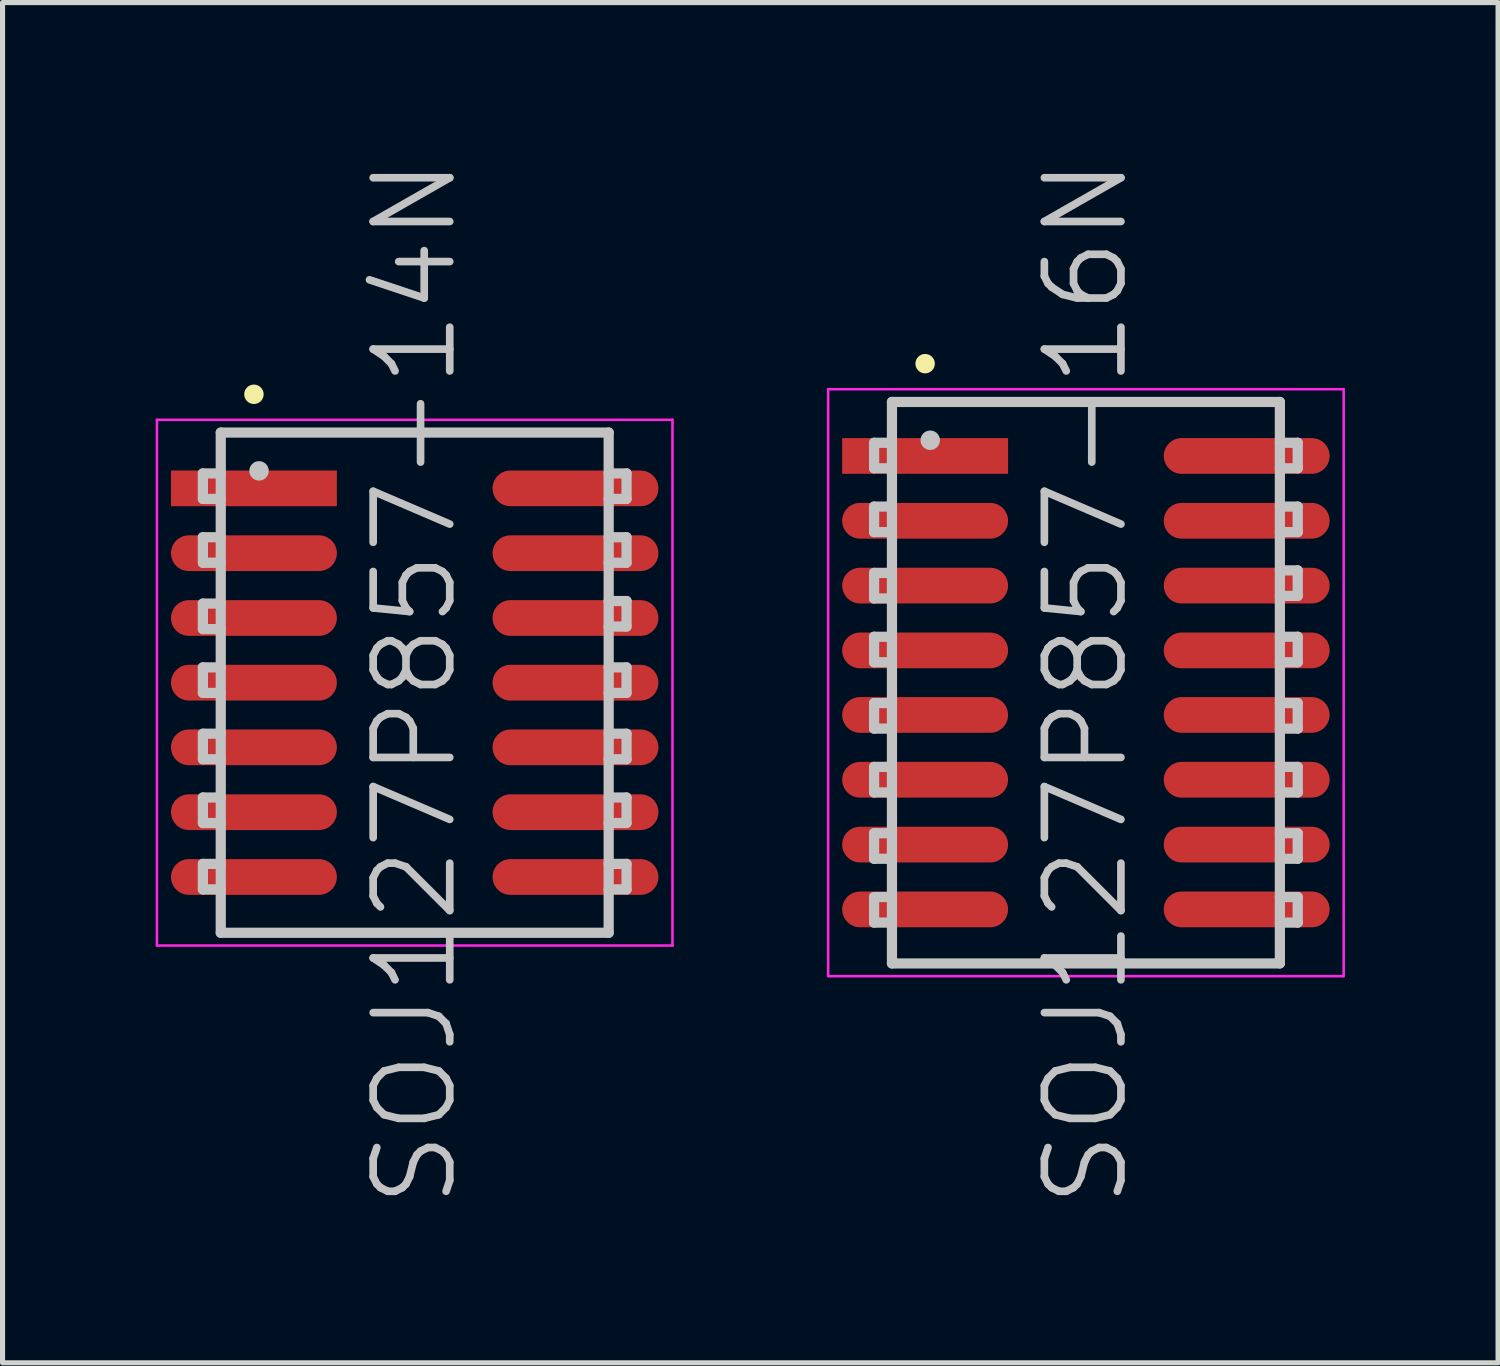
<source format=kicad_pcb>
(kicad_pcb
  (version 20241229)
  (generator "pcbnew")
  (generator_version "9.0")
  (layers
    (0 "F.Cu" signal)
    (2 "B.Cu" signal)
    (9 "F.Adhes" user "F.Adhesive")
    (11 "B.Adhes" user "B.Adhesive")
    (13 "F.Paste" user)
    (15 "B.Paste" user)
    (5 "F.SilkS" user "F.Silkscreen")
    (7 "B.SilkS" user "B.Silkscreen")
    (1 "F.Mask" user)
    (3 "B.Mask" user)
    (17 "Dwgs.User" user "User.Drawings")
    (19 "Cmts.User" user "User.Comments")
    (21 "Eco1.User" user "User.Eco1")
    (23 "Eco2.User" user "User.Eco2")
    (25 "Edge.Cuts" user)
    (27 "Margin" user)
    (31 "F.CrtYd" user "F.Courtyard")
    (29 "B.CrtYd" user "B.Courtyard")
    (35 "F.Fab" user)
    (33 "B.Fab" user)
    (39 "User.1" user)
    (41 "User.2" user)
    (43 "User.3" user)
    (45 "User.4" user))
  (footprint "SOJ127P857-16N"
    (layer "F.Cu")
    (at 18.225 10.325)
    (property "Reference" "SOJ127P857-16N" (at 0 0 90) (layer "Dwgs.User") (effects (font (size 1.5 1.5) (thickness 0.15))))
    (attr smd)
    (fp_line (start -3.15 -6.25) (end -3.15 -6.25) (stroke (width 0.381) (type solid)) (layer "F.SilkS"))
    (fp_line (start -4.15 -4.7) (end -4.15 -4.2) (stroke (width 0.2) (type solid)) (layer "Dwgs.User"))
    (fp_line (start -4.15 -4.2) (end -3.8 -4.2) (stroke (width 0.2) (type solid)) (layer "Dwgs.User"))
    (fp_line (start -4.15 -3.45) (end -4.15 -2.95) (stroke (width 0.2) (type solid)) (layer "Dwgs.User"))
    (fp_line (start -4.15 -2.95) (end -3.8 -2.95) (stroke (width 0.2) (type solid)) (layer "Dwgs.User"))
    (fp_line (start -4.15 -2.15) (end -4.15 -1.65) (stroke (width 0.2) (type solid)) (layer "Dwgs.User"))
    (fp_line (start -4.15 -1.65) (end -3.8 -1.65) (stroke (width 0.2) (type solid)) (layer "Dwgs.User"))
    (fp_line (start -4.15 -0.9) (end -4.15 -0.4) (stroke (width 0.2) (type solid)) (layer "Dwgs.User"))
    (fp_line (start -4.15 -0.4) (end -3.8 -0.4) (stroke (width 0.2) (type solid)) (layer "Dwgs.User"))
    (fp_line (start -4.15 0.4) (end -4.15 0.9) (stroke (width 0.2) (type solid)) (layer "Dwgs.User"))
    (fp_line (start -4.15 0.9) (end -3.8 0.9) (stroke (width 0.2) (type solid)) (layer "Dwgs.User"))
    (fp_line (start -4.15 1.65) (end -4.15 2.15) (stroke (width 0.2) (type solid)) (layer "Dwgs.User"))
    (fp_line (start -4.15 2.15) (end -3.8 2.15) (stroke (width 0.2) (type solid)) (layer "Dwgs.User"))
    (fp_line (start -4.15 2.95) (end -4.15 3.45) (stroke (width 0.2) (type solid)) (layer "Dwgs.User"))
    (fp_line (start -4.15 3.45) (end -3.8 3.45) (stroke (width 0.2) (type solid)) (layer "Dwgs.User"))
    (fp_line (start -4.15 4.2) (end -4.15 4.7) (stroke (width 0.2) (type solid)) (layer "Dwgs.User"))
    (fp_line (start -4.15 4.7) (end -3.8 4.7) (stroke (width 0.2) (type solid)) (layer "Dwgs.User"))
    (fp_line (start -3.8 -5.5) (end -3.8 5.5) (stroke (width 0.2) (type solid)) (layer "Dwgs.User"))
    (fp_line (start -3.8 -5.5) (end 3.8 -5.5) (stroke (width 0.2) (type solid)) (layer "Dwgs.User"))
    (fp_line (start -3.8 -4.7) (end -4.15 -4.7) (stroke (width 0.2) (type solid)) (layer "Dwgs.User"))
    (fp_line (start -3.8 -3.45) (end -4.15 -3.45) (stroke (width 0.2) (type solid)) (layer "Dwgs.User"))
    (fp_line (start -3.8 -2.15) (end -4.15 -2.15) (stroke (width 0.2) (type solid)) (layer "Dwgs.User"))
    (fp_line (start -3.8 -0.9) (end -4.15 -0.9) (stroke (width 0.2) (type solid)) (layer "Dwgs.User"))
    (fp_line (start -3.8 0.4) (end -4.15 0.4) (stroke (width 0.2) (type solid)) (layer "Dwgs.User"))
    (fp_line (start -3.8 1.65) (end -4.15 1.65) (stroke (width 0.2) (type solid)) (layer "Dwgs.User"))
    (fp_line (start -3.8 2.95) (end -4.15 2.95) (stroke (width 0.2) (type solid)) (layer "Dwgs.User"))
    (fp_line (start -3.8 4.2) (end -4.15 4.2) (stroke (width 0.2) (type solid)) (layer "Dwgs.User"))
    (fp_line (start -3.8 5.5) (end 3.8 5.5) (stroke (width 0.2) (type solid)) (layer "Dwgs.User"))
    (fp_line (start -3.05 -4.75) (end -3.05 -4.75) (stroke (width 0.381) (type solid)) (layer "Dwgs.User"))
    (fp_line (start 3.8 -5.5) (end 3.8 5.5) (stroke (width 0.2) (type solid)) (layer "Dwgs.User"))
    (fp_line (start 3.8 -4.7) (end 4.15 -4.7) (stroke (width 0.2) (type solid)) (layer "Dwgs.User"))
    (fp_line (start 3.8 -3.45) (end 4.15 -3.45) (stroke (width 0.2) (type solid)) (layer "Dwgs.User"))
    (fp_line (start 3.8 -2.2) (end 4.15 -2.2) (stroke (width 0.2) (type solid)) (layer "Dwgs.User"))
    (fp_line (start 3.8 -0.9) (end 4.15 -0.9) (stroke (width 0.2) (type solid)) (layer "Dwgs.User"))
    (fp_line (start 3.8 0.4) (end 4.15 0.4) (stroke (width 0.2) (type solid)) (layer "Dwgs.User"))
    (fp_line (start 3.8 1.65) (end 4.15 1.65) (stroke (width 0.2) (type solid)) (layer "Dwgs.User"))
    (fp_line (start 3.8 2.95) (end 4.15 2.95) (stroke (width 0.2) (type solid)) (layer "Dwgs.User"))
    (fp_line (start 3.8 4.2) (end 4.15 4.2) (stroke (width 0.2) (type solid)) (layer "Dwgs.User"))
    (fp_line (start 4.15 -4.7) (end 4.15 -4.2) (stroke (width 0.2) (type solid)) (layer "Dwgs.User"))
    (fp_line (start 4.15 -4.2) (end 3.8 -4.2) (stroke (width 0.2) (type solid)) (layer "Dwgs.User"))
    (fp_line (start 4.15 -3.45) (end 4.15 -2.95) (stroke (width 0.2) (type solid)) (layer "Dwgs.User"))
    (fp_line (start 4.15 -2.95) (end 3.8 -2.95) (stroke (width 0.2) (type solid)) (layer "Dwgs.User"))
    (fp_line (start 4.15 -2.2) (end 4.15 -1.7) (stroke (width 0.2) (type solid)) (layer "Dwgs.User"))
    (fp_line (start 4.15 -1.7) (end 3.8 -1.7) (stroke (width 0.2) (type solid)) (layer "Dwgs.User"))
    (fp_line (start 4.15 -0.9) (end 4.15 -0.4) (stroke (width 0.2) (type solid)) (layer "Dwgs.User"))
    (fp_line (start 4.15 -0.4) (end 3.8 -0.4) (stroke (width 0.2) (type solid)) (layer "Dwgs.User"))
    (fp_line (start 4.15 0.4) (end 4.15 0.9) (stroke (width 0.2) (type solid)) (layer "Dwgs.User"))
    (fp_line (start 4.15 0.9) (end 3.8 0.9) (stroke (width 0.2) (type solid)) (layer "Dwgs.User"))
    (fp_line (start 4.15 1.65) (end 4.15 2.15) (stroke (width 0.2) (type solid)) (layer "Dwgs.User"))
    (fp_line (start 4.15 2.15) (end 3.8 2.15) (stroke (width 0.2) (type solid)) (layer "Dwgs.User"))
    (fp_line (start 4.15 2.95) (end 4.15 3.45) (stroke (width 0.2) (type solid)) (layer "Dwgs.User"))
    (fp_line (start 4.15 3.45) (end 3.8 3.45) (stroke (width 0.2) (type solid)) (layer "Dwgs.User"))
    (fp_line (start 4.15 4.2) (end 4.15 4.7) (stroke (width 0.2) (type solid)) (layer "Dwgs.User"))
    (fp_line (start 4.15 4.7) (end 3.8 4.7) (stroke (width 0.2) (type solid)) (layer "Dwgs.User"))
    (fp_line (start -5.05 -5.75) (end -5.05 5.75) (stroke (width 0.05) (type solid)) (layer "F.CrtYd"))
    (fp_line (start -5.05 -5.75) (end 5.05 -5.75) (stroke (width 0.05) (type solid)) (layer "F.CrtYd"))
    (fp_line (start -5.05 5.75) (end 5.05 5.75) (stroke (width 0.05) (type solid)) (layer "F.CrtYd"))
    (fp_line (start 5.05 -5.75) (end 5.05 5.75) (stroke (width 0.05) (type solid)) (layer "F.CrtYd"))
    (pad "1" smd rect (at -3.15 -4.442 90) (size 0.7 3.25) (layers "F.Cu" "F.Mask" "F.Paste"))
    (pad "2" smd oval (at -3.15 -3.172 90) (size 0.7 3.25) (layers "F.Cu" "F.Mask" "F.Paste"))
    (pad "3" smd oval (at -3.15 -1.902 90) (size 0.7 3.25) (layers "F.Cu" "F.Mask" "F.Paste"))
    (pad "4" smd oval (at -3.15 -0.632 90) (size 0.7 3.25) (layers "F.Cu" "F.Mask" "F.Paste"))
    (pad "5" smd oval (at -3.15 0.632 90) (size 0.7 3.25) (layers "F.Cu" "F.Mask" "F.Paste"))
    (pad "6" smd oval (at -3.15 1.902 90) (size 0.7 3.25) (layers "F.Cu" "F.Mask" "F.Paste"))
    (pad "7" smd oval (at -3.15 3.172 90) (size 0.7 3.25) (layers "F.Cu" "F.Mask" "F.Paste"))
    (pad "8" smd oval (at -3.15 4.442 90) (size 0.7 3.25) (layers "F.Cu" "F.Mask" "F.Paste"))
    (pad "9" smd oval (at 3.15 4.442 270) (size 0.7 3.25) (layers "F.Cu" "F.Mask" "F.Paste"))
    (pad "10" smd oval (at 3.15 3.172 270) (size 0.7 3.25) (layers "F.Cu" "F.Mask" "F.Paste"))
    (pad "11" smd oval (at 3.15 1.902 270) (size 0.7 3.25) (layers "F.Cu" "F.Mask" "F.Paste"))
    (pad "12" smd oval (at 3.15 0.632 270) (size 0.7 3.25) (layers "F.Cu" "F.Mask" "F.Paste"))
    (pad "13" smd oval (at 3.15 -0.632 270) (size 0.7 3.25) (layers "F.Cu" "F.Mask" "F.Paste"))
    (pad "14" smd oval (at 3.15 -1.902 270) (size 0.7 3.25) (layers "F.Cu" "F.Mask" "F.Paste"))
    (pad "15" smd oval (at 3.15 -3.172 270) (size 0.7 3.25) (layers "F.Cu" "F.Mask" "F.Paste"))
    (pad "16" smd oval (at 3.15 -4.442 270) (size 0.7 3.25) (layers "F.Cu" "F.Mask" "F.Paste")))
  (footprint "SOJ127P857-14N"
    (layer "F.Cu")
    (at 5.075 10.325)
    (property "Reference" "SOJ127P857-14N" (at 0 0 90) (layer "Dwgs.User") (effects (font (size 1.5 1.5) (thickness 0.15))))
    (attr smd)
    (fp_line (start -3.15 -5.65) (end -3.15 -5.65) (stroke (width 0.381) (type solid)) (layer "F.SilkS"))
    (fp_line (start -4.15 -4.1) (end -4.15 -3.6) (stroke (width 0.2) (type solid)) (layer "Dwgs.User"))
    (fp_line (start -4.15 -3.6) (end -3.8 -3.6) (stroke (width 0.2) (type solid)) (layer "Dwgs.User"))
    (fp_line (start -4.15 -2.85) (end -4.15 -2.35) (stroke (width 0.2) (type solid)) (layer "Dwgs.User"))
    (fp_line (start -4.15 -2.35) (end -3.8 -2.35) (stroke (width 0.2) (type solid)) (layer "Dwgs.User"))
    (fp_line (start -4.15 -1.55) (end -4.15 -1.05) (stroke (width 0.2) (type solid)) (layer "Dwgs.User"))
    (fp_line (start -4.15 -1.05) (end -3.8 -1.05) (stroke (width 0.2) (type solid)) (layer "Dwgs.User"))
    (fp_line (start -4.15 -0.3) (end -4.15 0.2) (stroke (width 0.2) (type solid)) (layer "Dwgs.User"))
    (fp_line (start -4.15 0.2) (end -3.8 0.2) (stroke (width 0.2) (type solid)) (layer "Dwgs.User"))
    (fp_line (start -4.15 1) (end -4.15 1.5) (stroke (width 0.2) (type solid)) (layer "Dwgs.User"))
    (fp_line (start -4.15 1.5) (end -3.8 1.5) (stroke (width 0.2) (type solid)) (layer "Dwgs.User"))
    (fp_line (start -4.15 2.25) (end -4.15 2.75) (stroke (width 0.2) (type solid)) (layer "Dwgs.User"))
    (fp_line (start -4.15 2.75) (end -3.8 2.75) (stroke (width 0.2) (type solid)) (layer "Dwgs.User"))
    (fp_line (start -4.15 3.55) (end -4.15 4.05) (stroke (width 0.2) (type solid)) (layer "Dwgs.User"))
    (fp_line (start -4.15 4.05) (end -3.8 4.05) (stroke (width 0.2) (type solid)) (layer "Dwgs.User"))
    (fp_line (start -3.8 -4.9) (end -3.8 4.9) (stroke (width 0.2) (type solid)) (layer "Dwgs.User"))
    (fp_line (start -3.8 -4.9) (end 3.8 -4.9) (stroke (width 0.2) (type solid)) (layer "Dwgs.User"))
    (fp_line (start -3.8 -4.1) (end -4.15 -4.1) (stroke (width 0.2) (type solid)) (layer "Dwgs.User"))
    (fp_line (start -3.8 -2.85) (end -4.15 -2.85) (stroke (width 0.2) (type solid)) (layer "Dwgs.User"))
    (fp_line (start -3.8 -1.55) (end -4.15 -1.55) (stroke (width 0.2) (type solid)) (layer "Dwgs.User"))
    (fp_line (start -3.8 -0.3) (end -4.15 -0.3) (stroke (width 0.2) (type solid)) (layer "Dwgs.User"))
    (fp_line (start -3.8 1) (end -4.15 1) (stroke (width 0.2) (type solid)) (layer "Dwgs.User"))
    (fp_line (start -3.8 2.25) (end -4.15 2.25) (stroke (width 0.2) (type solid)) (layer "Dwgs.User"))
    (fp_line (start -3.8 3.55) (end -4.15 3.55) (stroke (width 0.2) (type solid)) (layer "Dwgs.User"))
    (fp_line (start -3.8 4.9) (end 3.8 4.9) (stroke (width 0.2) (type solid)) (layer "Dwgs.User"))
    (fp_line (start -3.05 -4.15) (end -3.05 -4.15) (stroke (width 0.381) (type solid)) (layer "Dwgs.User"))
    (fp_line (start 3.8 -4.9) (end 3.8 4.9) (stroke (width 0.2) (type solid)) (layer "Dwgs.User"))
    (fp_line (start 3.8 -4.1) (end 4.15 -4.1) (stroke (width 0.2) (type solid)) (layer "Dwgs.User"))
    (fp_line (start 3.8 -2.85) (end 4.15 -2.85) (stroke (width 0.2) (type solid)) (layer "Dwgs.User"))
    (fp_line (start 3.8 -1.6) (end 4.15 -1.6) (stroke (width 0.2) (type solid)) (layer "Dwgs.User"))
    (fp_line (start 3.8 -0.3) (end 4.15 -0.3) (stroke (width 0.2) (type solid)) (layer "Dwgs.User"))
    (fp_line (start 3.8 1) (end 4.15 1) (stroke (width 0.2) (type solid)) (layer "Dwgs.User"))
    (fp_line (start 3.8 2.25) (end 4.15 2.25) (stroke (width 0.2) (type solid)) (layer "Dwgs.User"))
    (fp_line (start 3.8 3.55) (end 4.15 3.55) (stroke (width 0.2) (type solid)) (layer "Dwgs.User"))
    (fp_line (start 4.15 -4.1) (end 4.15 -3.6) (stroke (width 0.2) (type solid)) (layer "Dwgs.User"))
    (fp_line (start 4.15 -3.6) (end 3.8 -3.6) (stroke (width 0.2) (type solid)) (layer "Dwgs.User"))
    (fp_line (start 4.15 -2.85) (end 4.15 -2.35) (stroke (width 0.2) (type solid)) (layer "Dwgs.User"))
    (fp_line (start 4.15 -2.35) (end 3.8 -2.35) (stroke (width 0.2) (type solid)) (layer "Dwgs.User"))
    (fp_line (start 4.15 -1.6) (end 4.15 -1.1) (stroke (width 0.2) (type solid)) (layer "Dwgs.User"))
    (fp_line (start 4.15 -1.1) (end 3.8 -1.1) (stroke (width 0.2) (type solid)) (layer "Dwgs.User"))
    (fp_line (start 4.15 -0.3) (end 4.15 0.2) (stroke (width 0.2) (type solid)) (layer "Dwgs.User"))
    (fp_line (start 4.15 0.2) (end 3.8 0.2) (stroke (width 0.2) (type solid)) (layer "Dwgs.User"))
    (fp_line (start 4.15 1) (end 4.15 1.5) (stroke (width 0.2) (type solid)) (layer "Dwgs.User"))
    (fp_line (start 4.15 1.5) (end 3.8 1.5) (stroke (width 0.2) (type solid)) (layer "Dwgs.User"))
    (fp_line (start 4.15 2.25) (end 4.15 2.75) (stroke (width 0.2) (type solid)) (layer "Dwgs.User"))
    (fp_line (start 4.15 2.75) (end 3.8 2.75) (stroke (width 0.2) (type solid)) (layer "Dwgs.User"))
    (fp_line (start 4.15 3.55) (end 4.15 4.05) (stroke (width 0.2) (type solid)) (layer "Dwgs.User"))
    (fp_line (start 4.15 4.05) (end 3.8 4.05) (stroke (width 0.2) (type solid)) (layer "Dwgs.User"))
    (fp_line (start -5.05 -5.15) (end -5.05 5.15) (stroke (width 0.05) (type solid)) (layer "F.CrtYd"))
    (fp_line (start -5.05 -5.15) (end 5.05 -5.15) (stroke (width 0.05) (type solid)) (layer "F.CrtYd"))
    (fp_line (start -5.05 5.15) (end 5.05 5.15) (stroke (width 0.05) (type solid)) (layer "F.CrtYd"))
    (fp_line (start 5.05 -5.15) (end 5.05 5.15) (stroke (width 0.05) (type solid)) (layer "F.CrtYd"))
    (pad "1" smd rect (at -3.15 -3.807 90) (size 0.7 3.25) (layers "F.Cu" "F.Mask" "F.Paste"))
    (pad "2" smd oval (at -3.15 -2.537 90) (size 0.7 3.25) (layers "F.Cu" "F.Mask" "F.Paste"))
    (pad "3" smd oval (at -3.15 -1.267 90) (size 0.7 3.25) (layers "F.Cu" "F.Mask" "F.Paste"))
    (pad "4" smd oval (at -3.15 0 90) (size 0.7 3.25) (layers "F.Cu" "F.Mask" "F.Paste"))
    (pad "5" smd oval (at -3.15 1.267 90) (size 0.7 3.25) (layers "F.Cu" "F.Mask" "F.Paste"))
    (pad "6" smd oval (at -3.15 2.537 90) (size 0.7 3.25) (layers "F.Cu" "F.Mask" "F.Paste"))
    (pad "7" smd oval (at -3.15 3.807 90) (size 0.7 3.25) (layers "F.Cu" "F.Mask" "F.Paste"))
    (pad "8" smd oval (at 3.15 3.807 270) (size 0.7 3.25) (layers "F.Cu" "F.Mask" "F.Paste"))
    (pad "9" smd oval (at 3.15 2.537 270) (size 0.7 3.25) (layers "F.Cu" "F.Mask" "F.Paste"))
    (pad "10" smd oval (at 3.15 1.267 270) (size 0.7 3.25) (layers "F.Cu" "F.Mask" "F.Paste"))
    (pad "11" smd oval (at 3.15 0 270) (size 0.7 3.25) (layers "F.Cu" "F.Mask" "F.Paste"))
    (pad "12" smd oval (at 3.15 -1.267 270) (size 0.7 3.25) (layers "F.Cu" "F.Mask" "F.Paste"))
    (pad "13" smd oval (at 3.15 -2.537 270) (size 0.7 3.25) (layers "F.Cu" "F.Mask" "F.Paste"))
    (pad "14" smd oval (at 3.15 -3.807 270) (size 0.7 3.25) (layers "F.Cu" "F.Mask" "F.Paste")))
  (gr_rect
    (start -3 -3)
    (end 26.3 23.65)
    (stroke (width 0.1) (type default))
    (fill no)
    (layer "Edge.Cuts")))
</source>
